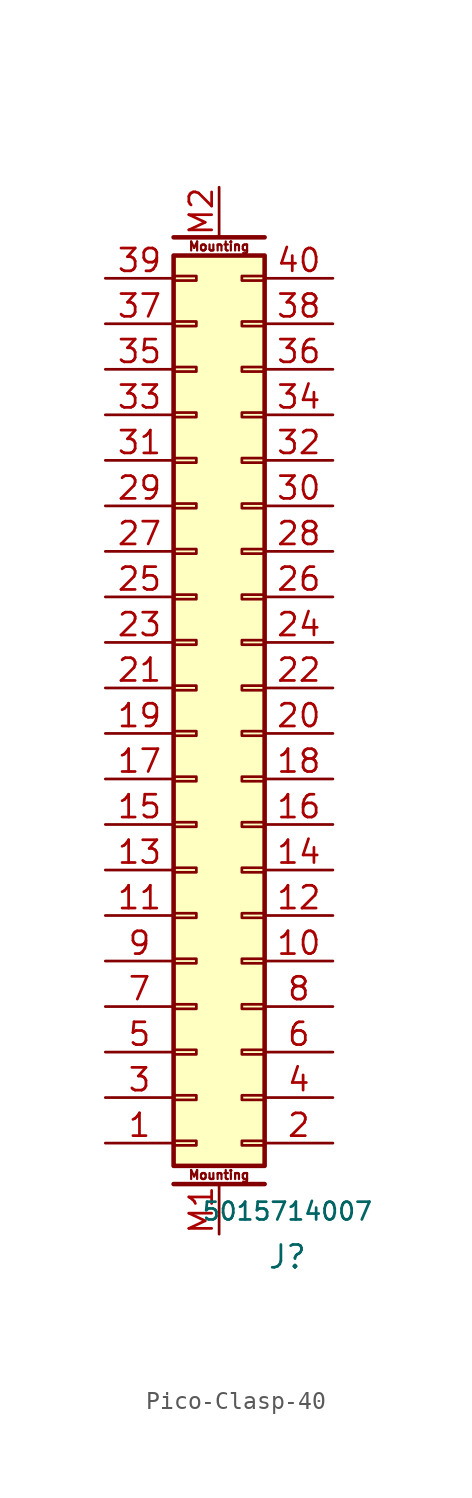
<source format=kicad_sym>
(kicad_symbol_lib
  (version 20241209)
  (generator "kicad_symbol_editor")
  (generator_version "9.0")
  (symbol "Pico-Clasp-40"
    (pin_names
      (offset 1.016)
      (hide yes))
    (property "Reference" "J"
      (at 3.81 -6.35 0)
      (effects (font (size 1.27 1.27))))
    (property "Value" "5015714007"
      (at 3.81 -3.81 0)
      (effects (font (size 0.991 0.991))))
    (symbol "Pico-Clasp-40_1_1"
      (rectangle (start -2.54 48.133) (end -1.27 48.387) (stroke (width 0.152) (type default)) (fill (type none)))
      (rectangle (start -2.54 45.593) (end -1.27 45.847) (stroke (width 0.152) (type default)) (fill (type none)))
      (rectangle (start -2.54 43.053) (end -1.27 43.307) (stroke (width 0.152) (type default)) (fill (type none)))
      (rectangle (start -2.54 40.513) (end -1.27 40.767) (stroke (width 0.152) (type default)) (fill (type none)))
      (rectangle (start -2.54 37.973) (end -1.27 38.227) (stroke (width 0.152) (type default)) (fill (type none)))
      (rectangle (start -2.54 35.433) (end -1.27 35.687) (stroke (width 0.152) (type default)) (fill (type none)))
      (rectangle (start -2.54 32.893) (end -1.27 33.147) (stroke (width 0.152) (type default)) (fill (type none)))
      (rectangle (start -2.54 30.353) (end -1.27 30.607) (stroke (width 0.152) (type default)) (fill (type none)))
      (rectangle (start -2.54 27.813) (end -1.27 28.067) (stroke (width 0.152) (type default)) (fill (type none)))
      (rectangle (start -2.54 25.273) (end -1.27 25.527) (stroke (width 0.152) (type default)) (fill (type none)))
      (rectangle (start -2.54 22.733) (end -1.27 22.987) (stroke (width 0.152) (type default)) (fill (type none)))
      (rectangle (start -2.54 20.193) (end -1.27 20.447) (stroke (width 0.152) (type default)) (fill (type none)))
      (rectangle (start -2.54 17.653) (end -1.27 17.907) (stroke (width 0.152) (type default)) (fill (type none)))
      (rectangle (start -2.54 15.113) (end -1.27 15.367) (stroke (width 0.152) (type default)) (fill (type none)))
      (rectangle (start -2.54 12.573) (end -1.27 12.827) (stroke (width 0.152) (type default)) (fill (type none)))
      (rectangle (start -2.54 10.033) (end -1.27 10.287) (stroke (width 0.152) (type default)) (fill (type none)))
      (rectangle (start -2.54 7.493) (end -1.27 7.747) (stroke (width 0.152) (type default)) (fill (type none)))
      (rectangle (start -2.54 4.953) (end -1.27 5.207) (stroke (width 0.152) (type default)) (fill (type none)))
      (rectangle (start -2.54 2.413) (end -1.27 2.667) (stroke (width 0.152) (type default)) (fill (type none)))
      (rectangle (start -2.54 -0.127) (end -1.27 0.127) (stroke (width 0.152) (type default)) (fill (type none)))
      (rectangle (start -2.54 -1.27) (end 2.54 49.53) (stroke (width 0.254) (type default)) (fill (type background)))
      (polyline (pts (xy -2.54 -2.286) (xy 2.54 -2.286)) (stroke (width 0.254) (type solid)) (fill (type none)))
      (polyline (pts (xy 2.54 50.546) (xy -2.54 50.546)) (stroke (width 0.254) (type solid)) (fill (type none)))
      (rectangle (start 2.54 48.133) (end 1.27 48.387) (stroke (width 0.152) (type default)) (fill (type none)))
      (rectangle (start 2.54 45.593) (end 1.27 45.847) (stroke (width 0.152) (type default)) (fill (type none)))
      (rectangle (start 2.54 43.053) (end 1.27 43.307) (stroke (width 0.152) (type default)) (fill (type none)))
      (rectangle (start 2.54 40.513) (end 1.27 40.767) (stroke (width 0.152) (type default)) (fill (type none)))
      (rectangle (start 2.54 37.973) (end 1.27 38.227) (stroke (width 0.152) (type default)) (fill (type none)))
      (rectangle (start 2.54 35.433) (end 1.27 35.687) (stroke (width 0.152) (type default)) (fill (type none)))
      (rectangle (start 2.54 32.893) (end 1.27 33.147) (stroke (width 0.152) (type default)) (fill (type none)))
      (rectangle (start 2.54 30.353) (end 1.27 30.607) (stroke (width 0.152) (type default)) (fill (type none)))
      (rectangle (start 2.54 27.813) (end 1.27 28.067) (stroke (width 0.152) (type default)) (fill (type none)))
      (rectangle (start 2.54 25.273) (end 1.27 25.527) (stroke (width 0.152) (type default)) (fill (type none)))
      (rectangle (start 2.54 22.733) (end 1.27 22.987) (stroke (width 0.152) (type default)) (fill (type none)))
      (rectangle (start 2.54 20.193) (end 1.27 20.447) (stroke (width 0.152) (type default)) (fill (type none)))
      (rectangle (start 2.54 17.653) (end 1.27 17.907) (stroke (width 0.152) (type default)) (fill (type none)))
      (rectangle (start 2.54 15.113) (end 1.27 15.367) (stroke (width 0.152) (type default)) (fill (type none)))
      (rectangle (start 2.54 12.573) (end 1.27 12.827) (stroke (width 0.152) (type default)) (fill (type none)))
      (rectangle (start 2.54 10.033) (end 1.27 10.287) (stroke (width 0.152) (type default)) (fill (type none)))
      (rectangle (start 2.54 7.493) (end 1.27 7.747) (stroke (width 0.152) (type default)) (fill (type none)))
      (rectangle (start 2.54 4.953) (end 1.27 5.207) (stroke (width 0.152) (type default)) (fill (type none)))
      (rectangle (start 2.54 2.413) (end 1.27 2.667) (stroke (width 0.152) (type default)) (fill (type none)))
      (rectangle (start 2.54 -0.127) (end 1.27 0.127) (stroke (width 0.152) (type default)) (fill (type none)))
      (text "Mounting" (at 0 50.038 0) (effects (font (size 0.5 0.5))))
      (text "Mounting" (at 0 -1.778 0) (effects (font (size 0.5 0.5))))
      (pin passive line (at -6.35 48.26 0) (length 3.81) (name "Pin_39" (effects (font (size 0.991 0.991)))) (number "39" (effects (font (size 1.27 1.27)))))
      (pin passive line (at -6.35 45.72 0) (length 3.81) (name "Pin_37" (effects (font (size 1.27 1.27)))) (number "37" (effects (font (size 1.27 1.27)))))
      (pin passive line (at -6.35 43.18 0) (length 3.81) (name "Pin_35" (effects (font (size 1.27 1.27)))) (number "35" (effects (font (size 1.27 1.27)))))
      (pin passive line (at -6.35 40.64 0) (length 3.81) (name "Pin_33" (effects (font (size 1.27 1.27)))) (number "33" (effects (font (size 1.27 1.27)))))
      (pin passive line (at -6.35 38.1 0) (length 3.81) (name "Pin_31" (effects (font (size 1.27 1.27)))) (number "31" (effects (font (size 1.27 1.27)))))
      (pin passive line (at -6.35 35.56 0) (length 3.81) (name "Pin_29" (effects (font (size 1.27 1.27)))) (number "29" (effects (font (size 1.27 1.27)))))
      (pin passive line (at -6.35 33.02 0) (length 3.81) (name "Pin_27" (effects (font (size 1.27 1.27)))) (number "27" (effects (font (size 1.27 1.27)))))
      (pin passive line (at -6.35 30.48 0) (length 3.81) (name "Pin_25" (effects (font (size 1.27 1.27)))) (number "25" (effects (font (size 1.27 1.27)))))
      (pin passive line (at -6.35 27.94 0) (length 3.81) (name "Pin_23" (effects (font (size 1.27 1.27)))) (number "23" (effects (font (size 1.27 1.27)))))
      (pin passive line (at -6.35 25.4 0) (length 3.81) (name "Pin_21" (effects (font (size 1.27 1.27)))) (number "21" (effects (font (size 1.27 1.27)))))
      (pin passive line (at -6.35 22.86 0) (length 3.81) (name "Pin_19" (effects (font (size 1.27 1.27)))) (number "19" (effects (font (size 1.27 1.27)))))
      (pin passive line (at -6.35 20.32 0) (length 3.81) (name "Pin_17" (effects (font (size 1.27 1.27)))) (number "17" (effects (font (size 1.27 1.27)))))
      (pin passive line (at -6.35 17.78 0) (length 3.81) (name "Pin_15" (effects (font (size 1.27 1.27)))) (number "15" (effects (font (size 1.27 1.27)))))
      (pin passive line (at -6.35 15.24 0) (length 3.81) (name "Pin_13" (effects (font (size 1.27 1.27)))) (number "13" (effects (font (size 1.27 1.27)))))
      (pin passive line (at -6.35 12.7 0) (length 3.81) (name "Pin_11" (effects (font (size 1.27 1.27)))) (number "11" (effects (font (size 1.27 1.27)))))
      (pin passive line (at -6.35 10.16 0) (length 3.81) (name "Pin_9" (effects (font (size 1.27 1.27)))) (number "9" (effects (font (size 1.27 1.27)))))
      (pin passive line (at -6.35 7.62 0) (length 3.81) (name "Pin_7" (effects (font (size 1.27 1.27)))) (number "7" (effects (font (size 1.27 1.27)))))
      (pin passive line (at -6.35 5.08 0) (length 3.81) (name "Pin_5" (effects (font (size 1.27 1.27)))) (number "5" (effects (font (size 1.27 1.27)))))
      (pin passive line (at -6.35 2.54 0) (length 3.81) (name "Pin_3" (effects (font (size 1.27 1.27)))) (number "3" (effects (font (size 1.27 1.27)))))
      (pin passive line (at -6.35 0 0) (length 3.81) (name "Pin_1" (effects (font (size 1.27 1.27)))) (number "1" (effects (font (size 1.27 1.27)))))
      (pin passive line (at 0 53.34 270) (length 2.7) (name "MountPin" (effects (font (size 0.991 0.991)))) (number "M2" (effects (font (size 1.27 1.27)))))
      (pin passive line (at 0 -5.08 90) (length 2.7) (name "MountPin" (effects (font (size 0.991 0.991)))) (number "M1" (effects (font (size 1.27 1.27)))))
      (pin passive line (at 6.35 48.26 180) (length 3.81) (name "Pin_40" (effects (font (size 1.27 1.27)))) (number "40" (effects (font (size 1.27 1.27)))))
      (pin passive line (at 6.35 45.72 180) (length 3.81) (name "Pin_38" (effects (font (size 1.27 1.27)))) (number "38" (effects (font (size 1.27 1.27)))))
      (pin passive line (at 6.35 43.18 180) (length 3.81) (name "Pin_36" (effects (font (size 1.27 1.27)))) (number "36" (effects (font (size 1.27 1.27)))))
      (pin passive line (at 6.35 40.64 180) (length 3.81) (name "Pin_34" (effects (font (size 1.27 1.27)))) (number "34" (effects (font (size 1.27 1.27)))))
      (pin passive line (at 6.35 38.1 180) (length 3.81) (name "Pin_32" (effects (font (size 1.27 1.27)))) (number "32" (effects (font (size 1.27 1.27)))))
      (pin passive line (at 6.35 35.56 180) (length 3.81) (name "Pin_30" (effects (font (size 1.27 1.27)))) (number "30" (effects (font (size 1.27 1.27)))))
      (pin passive line (at 6.35 33.02 180) (length 3.81) (name "Pin_28" (effects (font (size 1.27 1.27)))) (number "28" (effects (font (size 1.27 1.27)))))
      (pin passive line (at 6.35 30.48 180) (length 3.81) (name "Pin_26" (effects (font (size 1.27 1.27)))) (number "26" (effects (font (size 1.27 1.27)))))
      (pin passive line (at 6.35 27.94 180) (length 3.81) (name "Pin_24" (effects (font (size 1.27 1.27)))) (number "24" (effects (font (size 1.27 1.27)))))
      (pin passive line (at 6.35 25.4 180) (length 3.81) (name "Pin_22" (effects (font (size 1.27 1.27)))) (number "22" (effects (font (size 1.27 1.27)))))
      (pin passive line (at 6.35 22.86 180) (length 3.81) (name "Pin_20" (effects (font (size 1.27 1.27)))) (number "20" (effects (font (size 1.27 1.27)))))
      (pin passive line (at 6.35 20.32 180) (length 3.81) (name "Pin_18" (effects (font (size 1.27 1.27)))) (number "18" (effects (font (size 1.27 1.27)))))
      (pin passive line (at 6.35 17.78 180) (length 3.81) (name "Pin_16" (effects (font (size 1.27 1.27)))) (number "16" (effects (font (size 1.27 1.27)))))
      (pin passive line (at 6.35 15.24 180) (length 3.81) (name "Pin_14" (effects (font (size 1.27 1.27)))) (number "14" (effects (font (size 1.27 1.27)))))
      (pin passive line (at 6.35 12.7 180) (length 3.81) (name "Pin_12" (effects (font (size 1.27 1.27)))) (number "12" (effects (font (size 1.27 1.27)))))
      (pin passive line (at 6.35 10.16 180) (length 3.81) (name "Pin_10" (effects (font (size 1.27 1.27)))) (number "10" (effects (font (size 1.27 1.27)))))
      (pin passive line (at 6.35 7.62 180) (length 3.81) (name "Pin_8" (effects (font (size 1.27 1.27)))) (number "8" (effects (font (size 1.27 1.27)))))
      (pin passive line (at 6.35 5.08 180) (length 3.81) (name "Pin_6" (effects (font (size 1.27 1.27)))) (number "6" (effects (font (size 1.27 1.27)))))
      (pin passive line (at 6.35 2.54 180) (length 3.81) (name "Pin_4" (effects (font (size 1.27 1.27)))) (number "4" (effects (font (size 1.27 1.27)))))
      (pin passive line (at 6.35 0 180) (length 3.81) (name "Pin_2" (effects (font (size 1.27 1.27)))) (number "2" (effects (font (size 1.27 1.27))))))))
</source>
